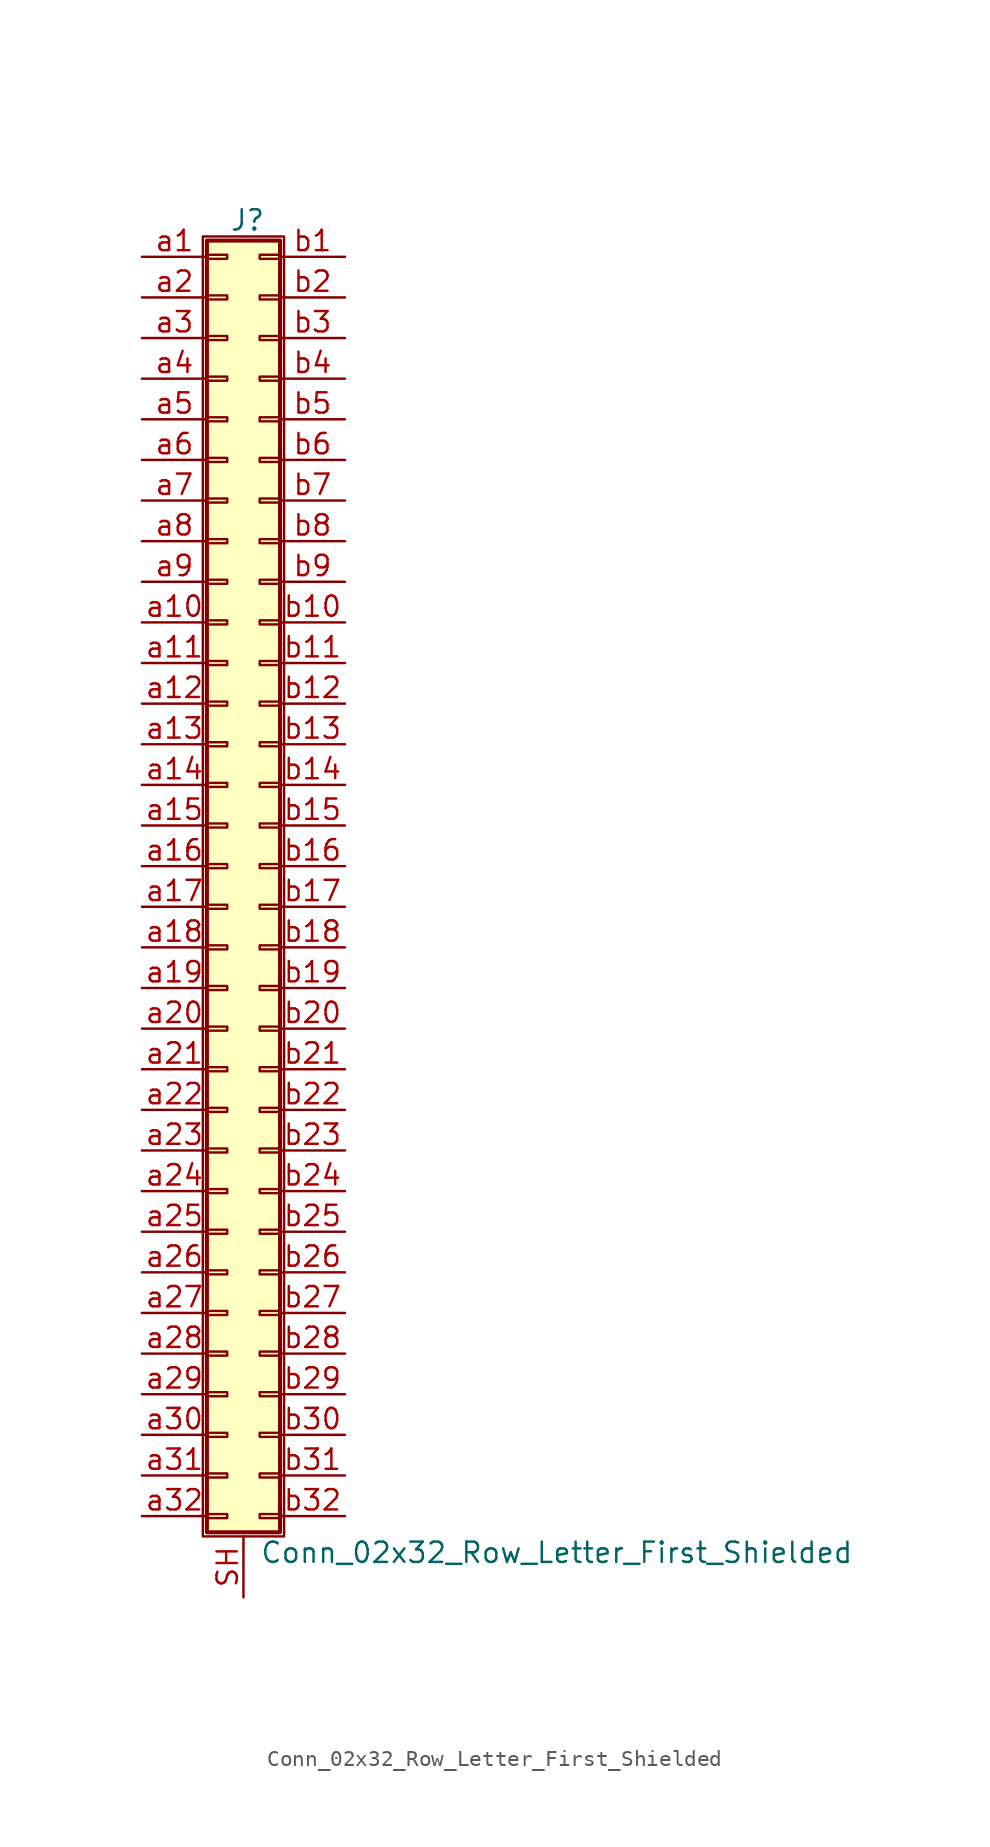
<source format=kicad_sym>
(kicad_symbol_lib
  (version 20201005)
  (generator kicad_symbol_editor)
  (symbol "Conn_02x32_Row_Letter_First_Shielded"
    (pin_names
      (offset 1.016) hide)
    (property "Reference" "J"
      (at 1.524 40.386 0)
      (effects (font (size 1.27 1.27))))
    (property "Value" "Conn_02x32_Row_Letter_First_Shielded"
      (at 2.286 -42.926 0)
      (effects (font (size 1.27 1.27)) (justify left)))
    (symbol "Conn_02x32_Row_Letter_First_Shielded_1_1"
      (rectangle (start -1.27 39.37) (end 3.81 -41.91) (stroke (width 0.152)) (fill (type none)))
      (rectangle (start -1.016 -40.513) (end 0.254 -40.767) (stroke (width 0.152)) (fill (type none)))
      (rectangle (start -1.016 -37.973) (end 0.254 -38.227) (stroke (width 0.152)) (fill (type none)))
      (rectangle (start -1.016 -35.433) (end 0.254 -35.687) (stroke (width 0.152)) (fill (type none)))
      (rectangle (start -1.016 -32.893) (end 0.254 -33.147) (stroke (width 0.152)) (fill (type none)))
      (rectangle (start -1.016 -30.353) (end 0.254 -30.607) (stroke (width 0.152)) (fill (type none)))
      (rectangle (start -1.016 -27.813) (end 0.254 -28.067) (stroke (width 0.152)) (fill (type none)))
      (rectangle (start -1.016 -25.273) (end 0.254 -25.527) (stroke (width 0.152)) (fill (type none)))
      (rectangle (start -1.016 -22.733) (end 0.254 -22.987) (stroke (width 0.152)) (fill (type none)))
      (rectangle (start -1.016 -20.193) (end 0.254 -20.447) (stroke (width 0.152)) (fill (type none)))
      (rectangle (start -1.016 -17.653) (end 0.254 -17.907) (stroke (width 0.152)) (fill (type none)))
      (rectangle (start -1.016 -15.113) (end 0.254 -15.367) (stroke (width 0.152)) (fill (type none)))
      (rectangle (start -1.016 -12.573) (end 0.254 -12.827) (stroke (width 0.152)) (fill (type none)))
      (rectangle (start -1.016 -10.033) (end 0.254 -10.287) (stroke (width 0.152)) (fill (type none)))
      (rectangle (start -1.016 -7.493) (end 0.254 -7.747) (stroke (width 0.152)) (fill (type none)))
      (rectangle (start -1.016 -4.953) (end 0.254 -5.207) (stroke (width 0.152)) (fill (type none)))
      (rectangle (start -1.016 -2.413) (end 0.254 -2.667) (stroke (width 0.152)) (fill (type none)))
      (rectangle (start -1.016 0.127) (end 0.254 -0.127) (stroke (width 0.152)) (fill (type none)))
      (rectangle (start -1.016 2.667) (end 0.254 2.413) (stroke (width 0.152)) (fill (type none)))
      (rectangle (start -1.016 5.207) (end 0.254 4.953) (stroke (width 0.152)) (fill (type none)))
      (rectangle (start -1.016 7.747) (end 0.254 7.493) (stroke (width 0.152)) (fill (type none)))
      (rectangle (start -1.016 10.287) (end 0.254 10.033) (stroke (width 0.152)) (fill (type none)))
      (rectangle (start -1.016 12.827) (end 0.254 12.573) (stroke (width 0.152)) (fill (type none)))
      (rectangle (start -1.016 15.367) (end 0.254 15.113) (stroke (width 0.152)) (fill (type none)))
      (rectangle (start -1.016 17.907) (end 0.254 17.653) (stroke (width 0.152)) (fill (type none)))
      (rectangle (start -1.016 20.447) (end 0.254 20.193) (stroke (width 0.152)) (fill (type none)))
      (rectangle (start -1.016 22.987) (end 0.254 22.733) (stroke (width 0.152)) (fill (type none)))
      (rectangle (start -1.016 25.527) (end 0.254 25.273) (stroke (width 0.152)) (fill (type none)))
      (rectangle (start -1.016 28.067) (end 0.254 27.813) (stroke (width 0.152)) (fill (type none)))
      (rectangle (start -1.016 30.607) (end 0.254 30.353) (stroke (width 0.152)) (fill (type none)))
      (rectangle (start -1.016 33.147) (end 0.254 32.893) (stroke (width 0.152)) (fill (type none)))
      (rectangle (start -1.016 35.687) (end 0.254 35.433) (stroke (width 0.152)) (fill (type none)))
      (rectangle (start -1.016 38.227) (end 0.254 37.973) (stroke (width 0.152)) (fill (type none)))
      (rectangle (start 3.556 -40.513) (end 2.286 -40.767) (stroke (width 0.152)) (fill (type none)))
      (rectangle (start 3.556 -37.973) (end 2.286 -38.227) (stroke (width 0.152)) (fill (type none)))
      (rectangle (start 3.556 -35.433) (end 2.286 -35.687) (stroke (width 0.152)) (fill (type none)))
      (rectangle (start 3.556 -32.893) (end 2.286 -33.147) (stroke (width 0.152)) (fill (type none)))
      (rectangle (start 3.556 -30.353) (end 2.286 -30.607) (stroke (width 0.152)) (fill (type none)))
      (rectangle (start 3.556 -27.813) (end 2.286 -28.067) (stroke (width 0.152)) (fill (type none)))
      (rectangle (start 3.556 -25.273) (end 2.286 -25.527) (stroke (width 0.152)) (fill (type none)))
      (rectangle (start 3.556 -22.733) (end 2.286 -22.987) (stroke (width 0.152)) (fill (type none)))
      (rectangle (start 3.556 -20.193) (end 2.286 -20.447) (stroke (width 0.152)) (fill (type none)))
      (rectangle (start 3.556 -17.653) (end 2.286 -17.907) (stroke (width 0.152)) (fill (type none)))
      (rectangle (start 3.556 -15.113) (end 2.286 -15.367) (stroke (width 0.152)) (fill (type none)))
      (rectangle (start 3.556 -12.573) (end 2.286 -12.827) (stroke (width 0.152)) (fill (type none)))
      (rectangle (start 3.556 -10.033) (end 2.286 -10.287) (stroke (width 0.152)) (fill (type none)))
      (rectangle (start 3.556 -7.493) (end 2.286 -7.747) (stroke (width 0.152)) (fill (type none)))
      (rectangle (start 3.556 -4.953) (end 2.286 -5.207) (stroke (width 0.152)) (fill (type none)))
      (rectangle (start 3.556 -2.413) (end 2.286 -2.667) (stroke (width 0.152)) (fill (type none)))
      (rectangle (start 3.556 0.127) (end 2.286 -0.127) (stroke (width 0.152)) (fill (type none)))
      (rectangle (start 3.556 2.667) (end 2.286 2.413) (stroke (width 0.152)) (fill (type none)))
      (rectangle (start 3.556 5.207) (end 2.286 4.953) (stroke (width 0.152)) (fill (type none)))
      (rectangle (start 3.556 7.747) (end 2.286 7.493) (stroke (width 0.152)) (fill (type none)))
      (rectangle (start 3.556 10.287) (end 2.286 10.033) (stroke (width 0.152)) (fill (type none)))
      (rectangle (start 3.556 12.827) (end 2.286 12.573) (stroke (width 0.152)) (fill (type none)))
      (rectangle (start 3.556 15.367) (end 2.286 15.113) (stroke (width 0.152)) (fill (type none)))
      (rectangle (start 3.556 17.907) (end 2.286 17.653) (stroke (width 0.152)) (fill (type none)))
      (rectangle (start 3.556 20.447) (end 2.286 20.193) (stroke (width 0.152)) (fill (type none)))
      (rectangle (start 3.556 22.987) (end 2.286 22.733) (stroke (width 0.152)) (fill (type none)))
      (rectangle (start 3.556 25.527) (end 2.286 25.273) (stroke (width 0.152)) (fill (type none)))
      (rectangle (start 3.556 28.067) (end 2.286 27.813) (stroke (width 0.152)) (fill (type none)))
      (rectangle (start 3.556 30.607) (end 2.286 30.353) (stroke (width 0.152)) (fill (type none)))
      (rectangle (start 3.556 33.147) (end 2.286 32.893) (stroke (width 0.152)) (fill (type none)))
      (rectangle (start 3.556 35.687) (end 2.286 35.433) (stroke (width 0.152)) (fill (type none)))
      (rectangle (start 3.556 38.227) (end 2.286 37.973) (stroke (width 0.152)) (fill (type none)))
      (rectangle (start -1.016 39.116) (end 3.556 -41.656) (stroke (width 0.254)) (fill (type background)))
      (pin passive line (at 1.27 -45.72 90) (length 3.81) (name "Shield" (effects (font (size 1.27 1.27)))) (number "SH" (effects (font (size 1.27 1.27)))))
      (pin passive line (at -5.08 38.1 0) (length 4.064) (name "Pin_a1" (effects (font (size 1.27 1.27)))) (number "a1" (effects (font (size 1.27 1.27)))))
      (pin passive line (at -5.08 15.24 0) (length 4.064) (name "Pin_a10" (effects (font (size 1.27 1.27)))) (number "a10" (effects (font (size 1.27 1.27)))))
      (pin passive line (at -5.08 12.7 0) (length 4.064) (name "Pin_a11" (effects (font (size 1.27 1.27)))) (number "a11" (effects (font (size 1.27 1.27)))))
      (pin passive line (at -5.08 10.16 0) (length 4.064) (name "Pin_a12" (effects (font (size 1.27 1.27)))) (number "a12" (effects (font (size 1.27 1.27)))))
      (pin passive line (at -5.08 7.62 0) (length 4.064) (name "Pin_a13" (effects (font (size 1.27 1.27)))) (number "a13" (effects (font (size 1.27 1.27)))))
      (pin passive line (at -5.08 5.08 0) (length 4.064) (name "Pin_a14" (effects (font (size 1.27 1.27)))) (number "a14" (effects (font (size 1.27 1.27)))))
      (pin passive line (at -5.08 2.54 0) (length 4.064) (name "Pin_a15" (effects (font (size 1.27 1.27)))) (number "a15" (effects (font (size 1.27 1.27)))))
      (pin passive line (at -5.08 0 0) (length 4.064) (name "Pin_a16" (effects (font (size 1.27 1.27)))) (number "a16" (effects (font (size 1.27 1.27)))))
      (pin passive line (at -5.08 -2.54 0) (length 4.064) (name "Pin_a17" (effects (font (size 1.27 1.27)))) (number "a17" (effects (font (size 1.27 1.27)))))
      (pin passive line (at -5.08 -5.08 0) (length 4.064) (name "Pin_a18" (effects (font (size 1.27 1.27)))) (number "a18" (effects (font (size 1.27 1.27)))))
      (pin passive line (at -5.08 -7.62 0) (length 4.064) (name "Pin_a19" (effects (font (size 1.27 1.27)))) (number "a19" (effects (font (size 1.27 1.27)))))
      (pin passive line (at -5.08 35.56 0) (length 4.064) (name "Pin_a2" (effects (font (size 1.27 1.27)))) (number "a2" (effects (font (size 1.27 1.27)))))
      (pin passive line (at -5.08 -10.16 0) (length 4.064) (name "Pin_a20" (effects (font (size 1.27 1.27)))) (number "a20" (effects (font (size 1.27 1.27)))))
      (pin passive line (at -5.08 -12.7 0) (length 4.064) (name "Pin_a21" (effects (font (size 1.27 1.27)))) (number "a21" (effects (font (size 1.27 1.27)))))
      (pin passive line (at -5.08 -15.24 0) (length 4.064) (name "Pin_a22" (effects (font (size 1.27 1.27)))) (number "a22" (effects (font (size 1.27 1.27)))))
      (pin passive line (at -5.08 -17.78 0) (length 4.064) (name "Pin_a23" (effects (font (size 1.27 1.27)))) (number "a23" (effects (font (size 1.27 1.27)))))
      (pin passive line (at -5.08 -20.32 0) (length 4.064) (name "Pin_a24" (effects (font (size 1.27 1.27)))) (number "a24" (effects (font (size 1.27 1.27)))))
      (pin passive line (at -5.08 -22.86 0) (length 4.064) (name "Pin_a25" (effects (font (size 1.27 1.27)))) (number "a25" (effects (font (size 1.27 1.27)))))
      (pin passive line (at -5.08 -25.4 0) (length 4.064) (name "Pin_a26" (effects (font (size 1.27 1.27)))) (number "a26" (effects (font (size 1.27 1.27)))))
      (pin passive line (at -5.08 -27.94 0) (length 4.064) (name "Pin_a27" (effects (font (size 1.27 1.27)))) (number "a27" (effects (font (size 1.27 1.27)))))
      (pin passive line (at -5.08 -30.48 0) (length 4.064) (name "Pin_a28" (effects (font (size 1.27 1.27)))) (number "a28" (effects (font (size 1.27 1.27)))))
      (pin passive line (at -5.08 -33.02 0) (length 4.064) (name "Pin_a29" (effects (font (size 1.27 1.27)))) (number "a29" (effects (font (size 1.27 1.27)))))
      (pin passive line (at -5.08 33.02 0) (length 4.064) (name "Pin_a3" (effects (font (size 1.27 1.27)))) (number "a3" (effects (font (size 1.27 1.27)))))
      (pin passive line (at -5.08 -35.56 0) (length 4.064) (name "Pin_a30" (effects (font (size 1.27 1.27)))) (number "a30" (effects (font (size 1.27 1.27)))))
      (pin passive line (at -5.08 -38.1 0) (length 4.064) (name "Pin_a31" (effects (font (size 1.27 1.27)))) (number "a31" (effects (font (size 1.27 1.27)))))
      (pin passive line (at -5.08 -40.64 0) (length 4.064) (name "Pin_a32" (effects (font (size 1.27 1.27)))) (number "a32" (effects (font (size 1.27 1.27)))))
      (pin passive line (at -5.08 30.48 0) (length 4.064) (name "Pin_a4" (effects (font (size 1.27 1.27)))) (number "a4" (effects (font (size 1.27 1.27)))))
      (pin passive line (at -5.08 27.94 0) (length 4.064) (name "Pin_a5" (effects (font (size 1.27 1.27)))) (number "a5" (effects (font (size 1.27 1.27)))))
      (pin passive line (at -5.08 25.4 0) (length 4.064) (name "Pin_a6" (effects (font (size 1.27 1.27)))) (number "a6" (effects (font (size 1.27 1.27)))))
      (pin passive line (at -5.08 22.86 0) (length 4.064) (name "Pin_a7" (effects (font (size 1.27 1.27)))) (number "a7" (effects (font (size 1.27 1.27)))))
      (pin passive line (at -5.08 20.32 0) (length 4.064) (name "Pin_a8" (effects (font (size 1.27 1.27)))) (number "a8" (effects (font (size 1.27 1.27)))))
      (pin passive line (at -5.08 17.78 0) (length 4.064) (name "Pin_a9" (effects (font (size 1.27 1.27)))) (number "a9" (effects (font (size 1.27 1.27)))))
      (pin passive line (at 7.62 38.1 180) (length 4.064) (name "Pin_b1" (effects (font (size 1.27 1.27)))) (number "b1" (effects (font (size 1.27 1.27)))))
      (pin passive line (at 7.62 15.24 180) (length 4.064) (name "Pin_b10" (effects (font (size 1.27 1.27)))) (number "b10" (effects (font (size 1.27 1.27)))))
      (pin passive line (at 7.62 12.7 180) (length 4.064) (name "Pin_b11" (effects (font (size 1.27 1.27)))) (number "b11" (effects (font (size 1.27 1.27)))))
      (pin passive line (at 7.62 10.16 180) (length 4.064) (name "Pin_b12" (effects (font (size 1.27 1.27)))) (number "b12" (effects (font (size 1.27 1.27)))))
      (pin passive line (at 7.62 7.62 180) (length 4.064) (name "Pin_b13" (effects (font (size 1.27 1.27)))) (number "b13" (effects (font (size 1.27 1.27)))))
      (pin passive line (at 7.62 5.08 180) (length 4.064) (name "Pin_b14" (effects (font (size 1.27 1.27)))) (number "b14" (effects (font (size 1.27 1.27)))))
      (pin passive line (at 7.62 2.54 180) (length 4.064) (name "Pin_b15" (effects (font (size 1.27 1.27)))) (number "b15" (effects (font (size 1.27 1.27)))))
      (pin passive line (at 7.62 0 180) (length 4.064) (name "Pin_b16" (effects (font (size 1.27 1.27)))) (number "b16" (effects (font (size 1.27 1.27)))))
      (pin passive line (at 7.62 -2.54 180) (length 4.064) (name "Pin_b17" (effects (font (size 1.27 1.27)))) (number "b17" (effects (font (size 1.27 1.27)))))
      (pin passive line (at 7.62 -5.08 180) (length 4.064) (name "Pin_b18" (effects (font (size 1.27 1.27)))) (number "b18" (effects (font (size 1.27 1.27)))))
      (pin passive line (at 7.62 -7.62 180) (length 4.064) (name "Pin_b19" (effects (font (size 1.27 1.27)))) (number "b19" (effects (font (size 1.27 1.27)))))
      (pin passive line (at 7.62 35.56 180) (length 4.064) (name "Pin_b2" (effects (font (size 1.27 1.27)))) (number "b2" (effects (font (size 1.27 1.27)))))
      (pin passive line (at 7.62 -10.16 180) (length 4.064) (name "Pin_b20" (effects (font (size 1.27 1.27)))) (number "b20" (effects (font (size 1.27 1.27)))))
      (pin passive line (at 7.62 -12.7 180) (length 4.064) (name "Pin_b21" (effects (font (size 1.27 1.27)))) (number "b21" (effects (font (size 1.27 1.27)))))
      (pin passive line (at 7.62 -15.24 180) (length 4.064) (name "Pin_b22" (effects (font (size 1.27 1.27)))) (number "b22" (effects (font (size 1.27 1.27)))))
      (pin passive line (at 7.62 -17.78 180) (length 4.064) (name "Pin_b23" (effects (font (size 1.27 1.27)))) (number "b23" (effects (font (size 1.27 1.27)))))
      (pin passive line (at 7.62 -20.32 180) (length 4.064) (name "Pin_b24" (effects (font (size 1.27 1.27)))) (number "b24" (effects (font (size 1.27 1.27)))))
      (pin passive line (at 7.62 -22.86 180) (length 4.064) (name "Pin_b25" (effects (font (size 1.27 1.27)))) (number "b25" (effects (font (size 1.27 1.27)))))
      (pin passive line (at 7.62 -25.4 180) (length 4.064) (name "Pin_b26" (effects (font (size 1.27 1.27)))) (number "b26" (effects (font (size 1.27 1.27)))))
      (pin passive line (at 7.62 -27.94 180) (length 4.064) (name "Pin_b27" (effects (font (size 1.27 1.27)))) (number "b27" (effects (font (size 1.27 1.27)))))
      (pin passive line (at 7.62 -30.48 180) (length 4.064) (name "Pin_b28" (effects (font (size 1.27 1.27)))) (number "b28" (effects (font (size 1.27 1.27)))))
      (pin passive line (at 7.62 -33.02 180) (length 4.064) (name "Pin_b29" (effects (font (size 1.27 1.27)))) (number "b29" (effects (font (size 1.27 1.27)))))
      (pin passive line (at 7.62 33.02 180) (length 4.064) (name "Pin_b3" (effects (font (size 1.27 1.27)))) (number "b3" (effects (font (size 1.27 1.27)))))
      (pin passive line (at 7.62 -35.56 180) (length 4.064) (name "Pin_b30" (effects (font (size 1.27 1.27)))) (number "b30" (effects (font (size 1.27 1.27)))))
      (pin passive line (at 7.62 -38.1 180) (length 4.064) (name "Pin_b31" (effects (font (size 1.27 1.27)))) (number "b31" (effects (font (size 1.27 1.27)))))
      (pin passive line (at 7.62 -40.64 180) (length 4.064) (name "Pin_b32" (effects (font (size 1.27 1.27)))) (number "b32" (effects (font (size 1.27 1.27)))))
      (pin passive line (at 7.62 30.48 180) (length 4.064) (name "Pin_b4" (effects (font (size 1.27 1.27)))) (number "b4" (effects (font (size 1.27 1.27)))))
      (pin passive line (at 7.62 27.94 180) (length 4.064) (name "Pin_b5" (effects (font (size 1.27 1.27)))) (number "b5" (effects (font (size 1.27 1.27)))))
      (pin passive line (at 7.62 25.4 180) (length 4.064) (name "Pin_b6" (effects (font (size 1.27 1.27)))) (number "b6" (effects (font (size 1.27 1.27)))))
      (pin passive line (at 7.62 22.86 180) (length 4.064) (name "Pin_b7" (effects (font (size 1.27 1.27)))) (number "b7" (effects (font (size 1.27 1.27)))))
      (pin passive line (at 7.62 20.32 180) (length 4.064) (name "Pin_b8" (effects (font (size 1.27 1.27)))) (number "b8" (effects (font (size 1.27 1.27)))))
      (pin passive line (at 7.62 17.78 180) (length 4.064) (name "Pin_b9" (effects (font (size 1.27 1.27)))) (number "b9" (effects (font (size 1.27 1.27))))))))
</source>
